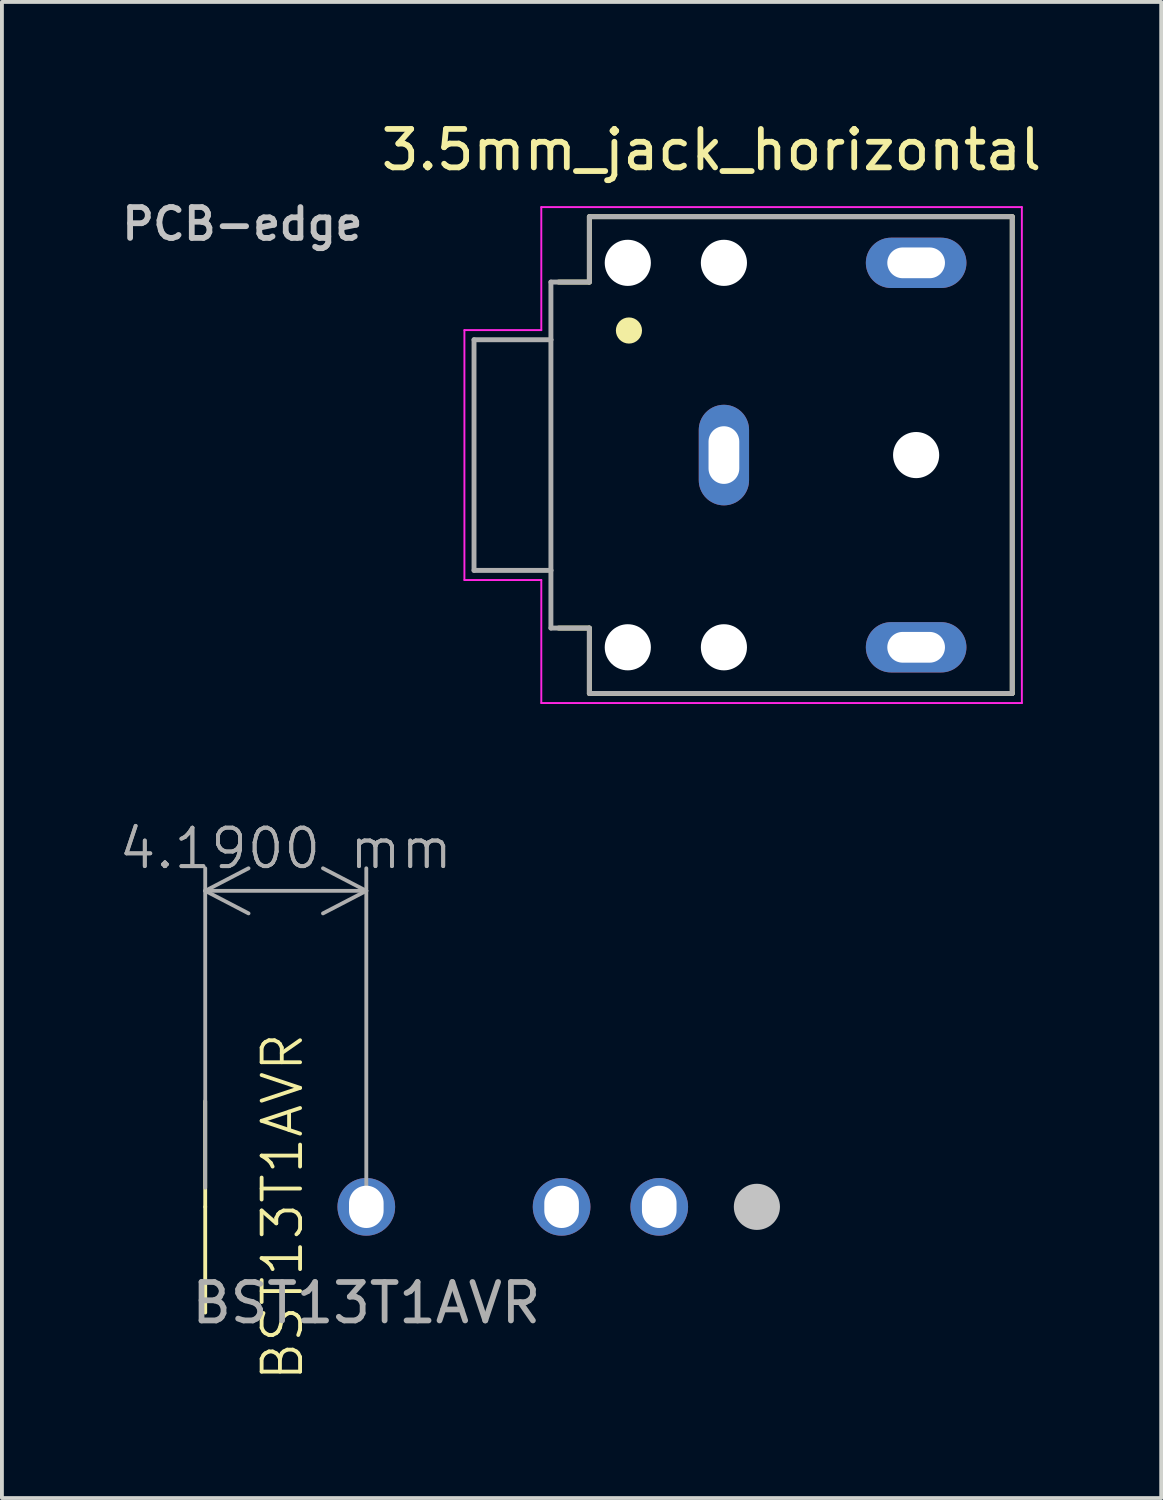
<source format=kicad_pcb>
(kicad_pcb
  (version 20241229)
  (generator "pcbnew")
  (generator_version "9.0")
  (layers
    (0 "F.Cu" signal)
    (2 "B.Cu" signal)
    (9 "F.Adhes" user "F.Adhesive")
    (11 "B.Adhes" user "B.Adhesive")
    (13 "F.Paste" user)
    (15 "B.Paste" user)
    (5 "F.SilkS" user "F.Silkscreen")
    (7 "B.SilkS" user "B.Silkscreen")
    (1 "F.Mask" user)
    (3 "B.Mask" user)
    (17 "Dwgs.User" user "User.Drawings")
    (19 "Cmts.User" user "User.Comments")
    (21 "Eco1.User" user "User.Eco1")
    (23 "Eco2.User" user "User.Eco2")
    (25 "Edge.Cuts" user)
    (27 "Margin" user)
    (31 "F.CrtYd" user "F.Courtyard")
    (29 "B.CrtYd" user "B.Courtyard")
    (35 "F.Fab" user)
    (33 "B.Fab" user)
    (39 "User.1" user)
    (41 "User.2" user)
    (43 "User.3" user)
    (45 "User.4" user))
  (footprint "3.5mm_jack_horizontal"
    (layer "F.Cu")
    (at 15.78 8.787)
    (property "Reference" "3.5mm_jack_horizontal" (at -0.325 -7.938 0) (layer "F.SilkS") (effects (font (size 1 1) (thickness 0.15))))
    (attr through_hole)
    (fp_line (start -3.5 -6.2) (end -3.5 -4.5) (stroke (width 0.127) (type solid)) (layer "F.SilkS"))
    (fp_line (start -3.5 -4.5) (end -4.3 -4.5) (stroke (width 0.127) (type solid)) (layer "F.SilkS"))
    (fp_line (start -3.5 4.5) (end -4.3 4.5) (stroke (width 0.127) (type solid)) (layer "F.SilkS"))
    (fp_line (start -3.5 4.5) (end -3.5 6.2) (stroke (width 0.127) (type solid)) (layer "F.SilkS"))
    (fp_line (start 7.5 -6.2) (end -3.5 -6.2) (stroke (width 0.127) (type solid)) (layer "F.SilkS"))
    (fp_line (start 7.5 -6.2) (end 7.5 6.2) (stroke (width 0.127) (type solid)) (layer "F.SilkS"))
    (fp_line (start 7.5 6.2) (end -3.5 6.2) (stroke (width 0.127) (type solid)) (layer "F.SilkS"))
    (fp_circle (center -2.47 -3.24) (end -2.3 -3.24) (stroke (width 0.34) (type solid)) (fill no) (layer "F.SilkS"))
    (fp_line (start -6.75 -3.25) (end -6.75 3.25) (stroke (width 0.05) (type solid)) (layer "F.CrtYd"))
    (fp_line (start -6.75 3.25) (end -4.75 3.25) (stroke (width 0.05) (type solid)) (layer "F.CrtYd"))
    (fp_line (start -4.75 -6.45) (end -4.75 -3.25) (stroke (width 0.05) (type solid)) (layer "F.CrtYd"))
    (fp_line (start -4.75 -6.45) (end 7.75 -6.45) (stroke (width 0.05) (type solid)) (layer "F.CrtYd"))
    (fp_line (start -4.75 -3.25) (end -6.75 -3.25) (stroke (width 0.05) (type solid)) (layer "F.CrtYd"))
    (fp_line (start -4.75 3.25) (end -4.75 6.45) (stroke (width 0.05) (type solid)) (layer "F.CrtYd"))
    (fp_line (start 7.75 -6.45) (end 7.75 6.45) (stroke (width 0.05) (type solid)) (layer "F.CrtYd"))
    (fp_line (start 7.75 6.45) (end -4.75 6.45) (stroke (width 0.05) (type solid)) (layer "F.CrtYd"))
    (fp_line (start -6.5 -3) (end -6.5 3) (stroke (width 0.127) (type solid)) (layer "F.Fab"))
    (fp_line (start -6.5 3) (end -4.5 3) (stroke (width 0.127) (type solid)) (layer "F.Fab"))
    (fp_line (start -4.5 -4.5) (end -4.5 -3) (stroke (width 0.127) (type solid)) (layer "F.Fab"))
    (fp_line (start -4.5 -3) (end -6.5 -3) (stroke (width 0.127) (type solid)) (layer "F.Fab"))
    (fp_line (start -4.5 -3) (end -4.5 3) (stroke (width 0.127) (type solid)) (layer "F.Fab"))
    (fp_line (start -4.5 3) (end -4.5 4.5) (stroke (width 0.127) (type solid)) (layer "F.Fab"))
    (fp_line (start -4.5 4.5) (end -3.5 4.5) (stroke (width 0.127) (type solid)) (layer "F.Fab"))
    (fp_line (start -3.5 -6.2) (end -3.5 -4.5) (stroke (width 0.127) (type solid)) (layer "F.Fab"))
    (fp_line (start -3.5 -4.5) (end -4.5 -4.5) (stroke (width 0.127) (type solid)) (layer "F.Fab"))
    (fp_line (start -3.5 4.5) (end -3.5 6.2) (stroke (width 0.127) (type solid)) (layer "F.Fab"))
    (fp_line (start 7.5 -6.2) (end -3.5 -6.2) (stroke (width 0.127) (type solid)) (layer "F.Fab"))
    (fp_line (start 7.5 -6.2) (end 7.5 6.2) (stroke (width 0.127) (type solid)) (layer "F.Fab"))
    (fp_line (start 7.5 6.2) (end -3.5 6.2) (stroke (width 0.127) (type solid)) (layer "F.Fab"))
    (fp_text user "PCB-edge" (at -12.524 -6.012 0) (layer "Dwgs.User") (effects (font (size 0.802 0.802) (thickness 0.15))))
    (pad "" np_thru_hole circle (at -2.5 -5) (size 1.2 1.2) (drill 1.2) (layers "*.Cu" "*.Mask"))
    (pad "" np_thru_hole circle (at -2.5 5) (size 1.2 1.2) (drill 1.2) (layers "*.Cu" "*.Mask"))
    (pad "" np_thru_hole circle (at 0 -5) (size 1.2 1.2) (drill 1.2) (layers "*.Cu" "*.Mask"))
    (pad "" np_thru_hole circle (at 0 5) (size 1.2 1.2) (drill 1.2) (layers "*.Cu" "*.Mask"))
    (pad "" np_thru_hole circle (at 5 0) (size 1.2 1.2) (drill 1.2) (layers "*.Cu" "*.Mask"))
    (pad "1" thru_hole oval (at 0 0) (size 1.308 2.616) (drill oval 0.8 1.5) (layers "*.Cu" "*.Mask"))
    (pad "2" thru_hole oval (at 5 5) (size 2.616 1.308) (drill oval 1.5 0.8) (layers "*.Cu" "*.Mask"))
    (pad "3" thru_hole oval (at 5 -5) (size 2.616 1.308) (drill oval 1.5 0.8) (layers "*.Cu" "*.Mask")))
  (footprint "BST13T1AVR"
    (layer "F.Cu")
    (at 6.478 28.342)
    (property "Reference" "BST13T1AVR" (at -2.18 0 90) (unlocked yes) (layer "F.SilkS") (effects (font (size 1 1) (thickness 0.1))))
    (attr through_hole)
    (fp_line (start -4.19 -2.75) (end -4.19 0) (stroke (width 0.1) (type default)) (layer "F.SilkS"))
    (fp_line (start -4.19 2.75) (end -4.19 0) (stroke (width 0.1) (type default)) (layer "F.SilkS"))
    (fp_text user "${REFERENCE}" (at 0 2.5 0) (unlocked yes) (layer "F.Fab") (effects (font (size 1 1) (thickness 0.15))))
    (dimension (type aligned) (layer "F.Fab") (pts (xy 6.478 28.342) (xy 2.288 28.342)) (height 8.22) (format (prefix "") (suffix "") (units 3) (units_format 1) (precision 4)) (style (thickness 0.1) (arrow_length 1.27) (text_position_mode 0) (arrow_direction outward) (extension_height 0.586) (extension_offset 0.5) (keep_text_aligned yes)) (gr_text "4.1900 mm" (at 4.383 19.022 0) (layer "F.Fab") (effects (font (size 1 1) (thickness 0.1)))))
    (pad "" smd circle (at 10.16 0) (size 1.2 1.2) (layers "Dwgs.User"))
    (pad "1" thru_hole circle (at 5.08 0) (size 1.5 1.5) (drill oval 0.9 1.1) (layers "*.Cu" "*.Mask"))
    (pad "2" thru_hole circle (at 7.62 0) (size 1.5 1.5) (drill oval 0.9 1.1) (layers "*.Cu" "*.Mask"))
    (pad "S" thru_hole circle (at 0 0) (size 1.5 1.5) (drill oval 0.9 1.1) (layers "*.Cu" "*.Mask")))
  (gr_rect
    (start -3 -3)
    (end 27.155 35.916)
    (stroke (width 0.1) (type default))
    (fill no)
    (layer "Edge.Cuts")))
</source>
